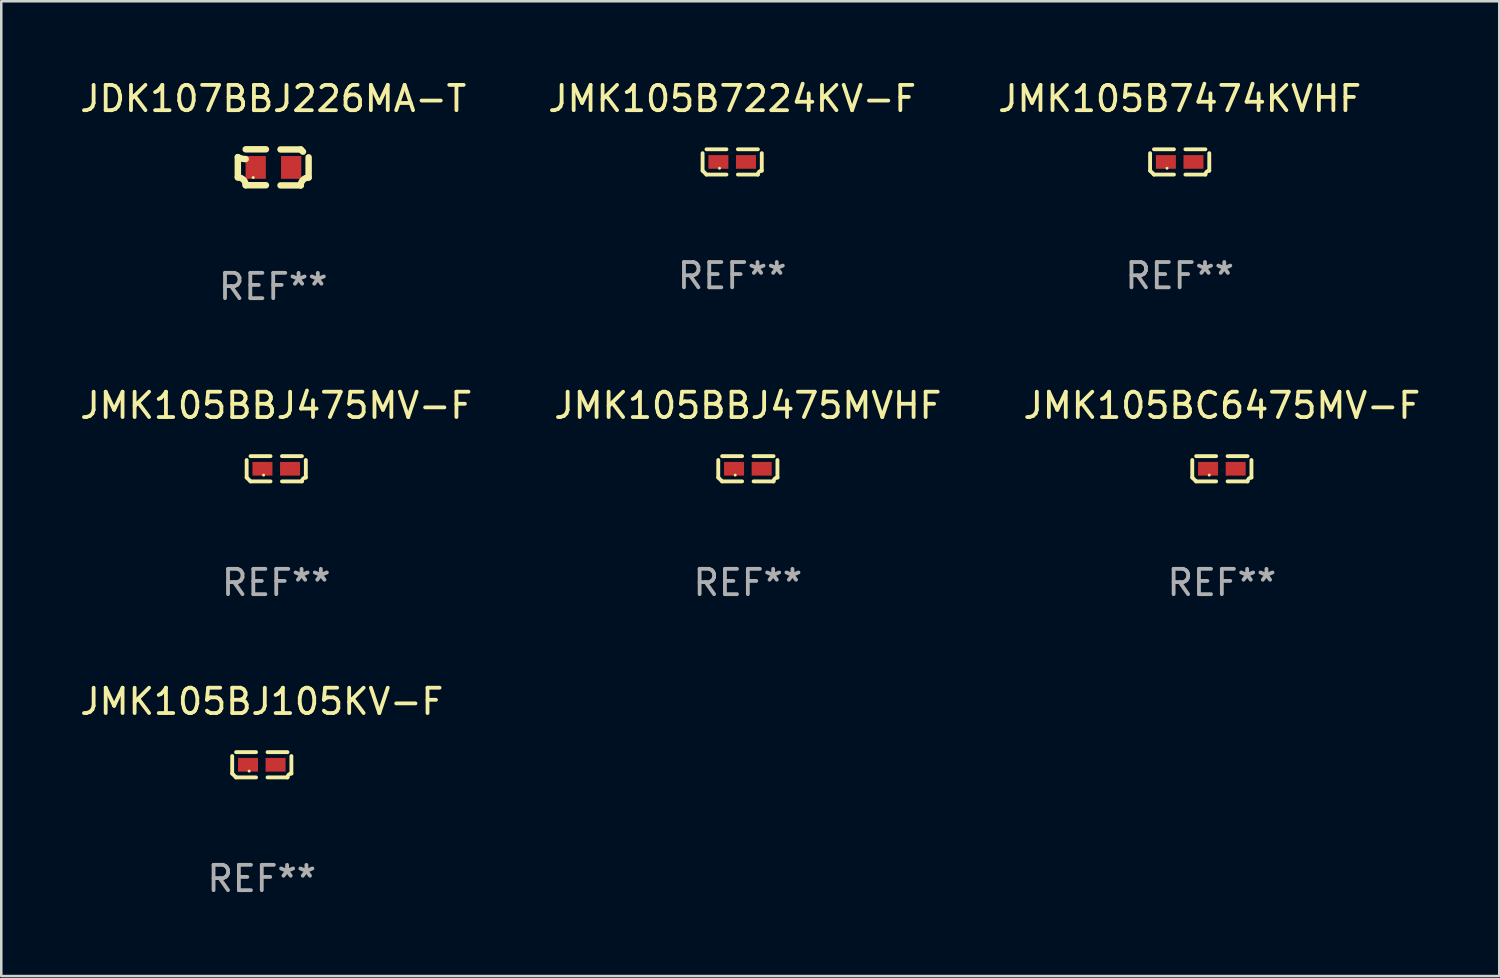
<source format=kicad_pcb>
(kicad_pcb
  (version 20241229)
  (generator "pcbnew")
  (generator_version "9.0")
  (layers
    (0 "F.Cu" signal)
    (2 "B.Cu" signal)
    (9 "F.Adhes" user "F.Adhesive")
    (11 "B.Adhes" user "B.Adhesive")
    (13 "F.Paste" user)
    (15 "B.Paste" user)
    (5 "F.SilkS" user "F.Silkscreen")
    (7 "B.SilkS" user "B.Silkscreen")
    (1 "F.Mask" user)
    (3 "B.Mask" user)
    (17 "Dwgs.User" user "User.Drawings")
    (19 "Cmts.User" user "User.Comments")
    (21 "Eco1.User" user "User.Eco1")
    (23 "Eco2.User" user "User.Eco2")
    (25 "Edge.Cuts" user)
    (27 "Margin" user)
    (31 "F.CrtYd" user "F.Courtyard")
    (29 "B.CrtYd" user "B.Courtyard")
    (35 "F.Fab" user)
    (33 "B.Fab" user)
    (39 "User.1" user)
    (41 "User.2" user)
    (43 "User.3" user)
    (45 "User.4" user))
  (footprint "JMK105BBJ475MV-F"
    (layer "F.Cu")
    (at 7.863 15.469)
    (property "Reference" "JMK105BBJ475MV-F" (at 0 -2.499 0) (layer "F.SilkS") (effects (font (size 1 1) (thickness 0.15))))
    (attr through_hole)
    (fp_line (start -1.169 0.346) (end -1.169 -0.346) (stroke (width 0.152) (type solid)) (layer "F.SilkS"))
    (fp_line (start -1.016 -0.499) (end -0.226 -0.499) (stroke (width 0.152) (type solid)) (layer "F.SilkS"))
    (fp_line (start -0.226 0.499) (end -1.016 0.499) (stroke (width 0.152) (type solid)) (layer "F.SilkS"))
    (fp_line (start 0.226 0.499) (end 1.016 0.499) (stroke (width 0.152) (type solid)) (layer "F.SilkS"))
    (fp_line (start 1.016 -0.499) (end 0.226 -0.499) (stroke (width 0.152) (type solid)) (layer "F.SilkS"))
    (fp_line (start 1.169 0.346) (end 1.169 -0.346) (stroke (width 0.152) (type solid)) (layer "F.SilkS"))
    (fp_arc (start -1.016307 0.498603) (mid -1.092512 0.422405) (end -1.16871 0.3462) (stroke (width 0.1524) (type solid)) (layer "F.SilkS"))
    (fp_arc (start 1.016307 0.498603) (mid 1.060899 0.390758) (end 1.168707 0.346076) (stroke (width 0.1524) (type solid)) (layer "F.SilkS"))
    (fp_circle (center -0.5 0.25) (end -0.47 0.25) (stroke (width 0.06) (type solid)) (fill no) (layer "F.SilkS"))
    (fp_text user "REF**" (at 0 4.499 0) (layer "F.Fab") (effects (font (size 1 1) (thickness 0.15))))
    (pad "1" smd rect (at -0.545 0) (size 0.79 0.54) (layers "F.Cu" "F.Mask" "F.Paste"))
    (pad "2" smd rect (at 0.545 0) (size 0.79 0.54) (layers "F.Cu" "F.Mask" "F.Paste")))
  (footprint "JMK105B7224KV-F"
    (layer "F.Cu")
    (at 25.875 3.347)
    (property "Reference" "JMK105B7224KV-F" (at 0 -2.499 0) (layer "F.SilkS") (effects (font (size 1 1) (thickness 0.15))))
    (attr through_hole)
    (fp_line (start -1.169 0.346) (end -1.169 -0.346) (stroke (width 0.152) (type solid)) (layer "F.SilkS"))
    (fp_line (start -1.016 -0.499) (end -0.226 -0.499) (stroke (width 0.152) (type solid)) (layer "F.SilkS"))
    (fp_line (start -0.226 0.499) (end -1.016 0.499) (stroke (width 0.152) (type solid)) (layer "F.SilkS"))
    (fp_line (start 0.226 0.499) (end 1.016 0.499) (stroke (width 0.152) (type solid)) (layer "F.SilkS"))
    (fp_line (start 1.016 -0.499) (end 0.226 -0.499) (stroke (width 0.152) (type solid)) (layer "F.SilkS"))
    (fp_line (start 1.169 0.346) (end 1.169 -0.346) (stroke (width 0.152) (type solid)) (layer "F.SilkS"))
    (fp_arc (start -1.016307 0.498603) (mid -1.092512 0.422405) (end -1.16871 0.3462) (stroke (width 0.1524) (type solid)) (layer "F.SilkS"))
    (fp_arc (start 1.016307 0.498603) (mid 1.060899 0.390758) (end 1.168707 0.346076) (stroke (width 0.1524) (type solid)) (layer "F.SilkS"))
    (fp_circle (center -0.5 0.25) (end -0.47 0.25) (stroke (width 0.06) (type solid)) (fill no) (layer "F.SilkS"))
    (fp_text user "REF**" (at 0 4.499 0) (layer "F.Fab") (effects (font (size 1 1) (thickness 0.15))))
    (pad "1" smd rect (at -0.545 0) (size 0.79 0.54) (layers "F.Cu" "F.Mask" "F.Paste"))
    (pad "2" smd rect (at 0.545 0) (size 0.79 0.54) (layers "F.Cu" "F.Mask" "F.Paste")))
  (footprint "JMK105BJ105KV-F"
    (layer "F.Cu")
    (at 7.292 27.163)
    (property "Reference" "JMK105BJ105KV-F" (at 0 -2.499 0) (layer "F.SilkS") (effects (font (size 1 1) (thickness 0.15))))
    (attr through_hole)
    (fp_line (start -1.169 0.346) (end -1.169 -0.346) (stroke (width 0.152) (type solid)) (layer "F.SilkS"))
    (fp_line (start -1.016 -0.499) (end -0.226 -0.499) (stroke (width 0.152) (type solid)) (layer "F.SilkS"))
    (fp_line (start -0.226 0.499) (end -1.016 0.499) (stroke (width 0.152) (type solid)) (layer "F.SilkS"))
    (fp_line (start 0.226 0.499) (end 1.016 0.499) (stroke (width 0.152) (type solid)) (layer "F.SilkS"))
    (fp_line (start 1.016 -0.499) (end 0.226 -0.499) (stroke (width 0.152) (type solid)) (layer "F.SilkS"))
    (fp_line (start 1.169 0.346) (end 1.169 -0.346) (stroke (width 0.152) (type solid)) (layer "F.SilkS"))
    (fp_arc (start -1.016307 0.498603) (mid -1.092512 0.422405) (end -1.16871 0.3462) (stroke (width 0.1524) (type solid)) (layer "F.SilkS"))
    (fp_arc (start 1.016307 0.498603) (mid 1.060899 0.390758) (end 1.168707 0.346076) (stroke (width 0.1524) (type solid)) (layer "F.SilkS"))
    (fp_circle (center -0.5 0.25) (end -0.47 0.25) (stroke (width 0.06) (type solid)) (fill no) (layer "F.SilkS"))
    (fp_text user "REF**" (at 0 4.499 0) (layer "F.Fab") (effects (font (size 1 1) (thickness 0.15))))
    (pad "1" smd rect (at -0.545 0) (size 0.79 0.54) (layers "F.Cu" "F.Mask" "F.Paste"))
    (pad "2" smd rect (at 0.545 0) (size 0.79 0.54) (layers "F.Cu" "F.Mask" "F.Paste")))
  (footprint "JMK105B7474KVHF"
    (layer "F.Cu")
    (at 43.554 3.347)
    (property "Reference" "JMK105B7474KVHF" (at 0 -2.499 0) (layer "F.SilkS") (effects (font (size 1 1) (thickness 0.15))))
    (attr through_hole)
    (fp_line (start -1.169 0.346) (end -1.169 -0.346) (stroke (width 0.152) (type solid)) (layer "F.SilkS"))
    (fp_line (start -1.016 -0.499) (end -0.226 -0.499) (stroke (width 0.152) (type solid)) (layer "F.SilkS"))
    (fp_line (start -0.226 0.499) (end -1.016 0.499) (stroke (width 0.152) (type solid)) (layer "F.SilkS"))
    (fp_line (start 0.226 0.499) (end 1.016 0.499) (stroke (width 0.152) (type solid)) (layer "F.SilkS"))
    (fp_line (start 1.016 -0.499) (end 0.226 -0.499) (stroke (width 0.152) (type solid)) (layer "F.SilkS"))
    (fp_line (start 1.169 0.346) (end 1.169 -0.346) (stroke (width 0.152) (type solid)) (layer "F.SilkS"))
    (fp_arc (start -1.016307 0.498603) (mid -1.092512 0.422405) (end -1.16871 0.3462) (stroke (width 0.1524) (type solid)) (layer "F.SilkS"))
    (fp_arc (start 1.016307 0.498603) (mid 1.060899 0.390758) (end 1.168707 0.346076) (stroke (width 0.1524) (type solid)) (layer "F.SilkS"))
    (fp_circle (center -0.5 0.25) (end -0.47 0.25) (stroke (width 0.06) (type solid)) (fill no) (layer "F.SilkS"))
    (fp_text user "REF**" (at 0 4.499 0) (layer "F.Fab") (effects (font (size 1 1) (thickness 0.15))))
    (pad "1" smd rect (at -0.545 0) (size 0.79 0.54) (layers "F.Cu" "F.Mask" "F.Paste"))
    (pad "2" smd rect (at 0.545 0) (size 0.79 0.54) (layers "F.Cu" "F.Mask" "F.Paste")))
  (footprint "JDK107BBJ226MA-T"
    (layer "F.Cu")
    (at 7.744 3.561)
    (property "Reference" "JDK107BBJ226MA-T" (at 0 -2.713 0) (layer "F.SilkS") (effects (font (size 1 1) (thickness 0.15))))
    (attr through_hole)
    (fp_line (start -1.398 -0.403) (end -1.398 0.397) (stroke (width 0.254) (type solid)) (layer "F.SilkS"))
    (fp_line (start -0.288 -0.713) (end -1.088 -0.713) (stroke (width 0.254) (type solid)) (layer "F.SilkS"))
    (fp_line (start -0.288 0.707) (end -1.088 0.707) (stroke (width 0.254) (type solid)) (layer "F.SilkS"))
    (fp_line (start 0.288 -0.707) (end 1.088 -0.707) (stroke (width 0.254) (type solid)) (layer "F.SilkS"))
    (fp_line (start 0.288 0.713) (end 1.088 0.713) (stroke (width 0.254) (type solid)) (layer "F.SilkS"))
    (fp_line (start 1.398 -0.397) (end 1.398 0.403) (stroke (width 0.254) (type solid)) (layer "F.SilkS"))
    (fp_arc (start -1.397789 0.397066) (mid -1.178701 0.487826) (end -1.08796 0.706922) (stroke (width 0.254001) (type solid)) (layer "F.SilkS"))
    (fp_arc (start -1.08796 -0.327176) (mid -1.247436 -0.346384) (end -1.39779 -0.402908) (stroke (width 0.254001) (type solid)) (layer "F.SilkS"))
    (fp_arc (start 1.087909 0.712738) (mid 1.178656 0.493655) (end 1.397739 0.402908) (stroke (width 0.254001) (type solid)) (layer "F.SilkS"))
    (fp_arc (start 1.175925 -0.618926) (mid 1.131917 -0.662923) (end 1.08791 -0.706922) (stroke (width 0.254001) (type solid)) (layer "F.SilkS"))
    (fp_circle (center -0.792 0.403) (end -0.762 0.403) (stroke (width 0.06) (type solid)) (fill no) (layer "F.SilkS"))
    (fp_text user "REF**" (at 0 4.713 0) (layer "F.Fab") (effects (font (size 1 1) (thickness 0.15))))
    (pad "1" smd rect (at -0.692 0.003) (size 0.8 0.9) (layers "F.Cu" "F.Mask" "F.Paste"))
    (pad "2" smd rect (at 0.708 0.003) (size 0.8 0.9) (layers "F.Cu" "F.Mask" "F.Paste")))
  (footprint "JMK105BC6475MV-F"
    (layer "F.Cu")
    (at 45.22 15.469)
    (property "Reference" "JMK105BC6475MV-F" (at 0 -2.499 0) (layer "F.SilkS") (effects (font (size 1 1) (thickness 0.15))))
    (attr through_hole)
    (fp_line (start -1.169 0.346) (end -1.169 -0.346) (stroke (width 0.152) (type solid)) (layer "F.SilkS"))
    (fp_line (start -1.016 -0.499) (end -0.226 -0.499) (stroke (width 0.152) (type solid)) (layer "F.SilkS"))
    (fp_line (start -0.226 0.499) (end -1.016 0.499) (stroke (width 0.152) (type solid)) (layer "F.SilkS"))
    (fp_line (start 0.226 0.499) (end 1.016 0.499) (stroke (width 0.152) (type solid)) (layer "F.SilkS"))
    (fp_line (start 1.016 -0.499) (end 0.226 -0.499) (stroke (width 0.152) (type solid)) (layer "F.SilkS"))
    (fp_line (start 1.169 0.346) (end 1.169 -0.346) (stroke (width 0.152) (type solid)) (layer "F.SilkS"))
    (fp_arc (start -1.016307 0.498603) (mid -1.092512 0.422405) (end -1.16871 0.3462) (stroke (width 0.1524) (type solid)) (layer "F.SilkS"))
    (fp_arc (start 1.016307 0.498603) (mid 1.060899 0.390758) (end 1.168707 0.346076) (stroke (width 0.1524) (type solid)) (layer "F.SilkS"))
    (fp_circle (center -0.5 0.25) (end -0.47 0.25) (stroke (width 0.06) (type solid)) (fill no) (layer "F.SilkS"))
    (fp_text user "REF**" (at 0 4.499 0) (layer "F.Fab") (effects (font (size 1 1) (thickness 0.15))))
    (pad "1" smd rect (at -0.545 0) (size 0.79 0.54) (layers "F.Cu" "F.Mask" "F.Paste"))
    (pad "2" smd rect (at 0.545 0) (size 0.79 0.54) (layers "F.Cu" "F.Mask" "F.Paste")))
  (footprint "JMK105BBJ475MVHF"
    (layer "F.Cu")
    (at 26.494 15.469)
    (property "Reference" "JMK105BBJ475MVHF" (at 0 -2.499 0) (layer "F.SilkS") (effects (font (size 1 1) (thickness 0.15))))
    (attr through_hole)
    (fp_line (start -1.169 0.346) (end -1.169 -0.346) (stroke (width 0.152) (type solid)) (layer "F.SilkS"))
    (fp_line (start -1.016 -0.499) (end -0.226 -0.499) (stroke (width 0.152) (type solid)) (layer "F.SilkS"))
    (fp_line (start -0.226 0.499) (end -1.016 0.499) (stroke (width 0.152) (type solid)) (layer "F.SilkS"))
    (fp_line (start 0.226 0.499) (end 1.016 0.499) (stroke (width 0.152) (type solid)) (layer "F.SilkS"))
    (fp_line (start 1.016 -0.499) (end 0.226 -0.499) (stroke (width 0.152) (type solid)) (layer "F.SilkS"))
    (fp_line (start 1.169 0.346) (end 1.169 -0.346) (stroke (width 0.152) (type solid)) (layer "F.SilkS"))
    (fp_arc (start -1.016307 0.498603) (mid -1.092512 0.422405) (end -1.16871 0.3462) (stroke (width 0.1524) (type solid)) (layer "F.SilkS"))
    (fp_arc (start 1.016307 0.498603) (mid 1.060899 0.390758) (end 1.168707 0.346076) (stroke (width 0.1524) (type solid)) (layer "F.SilkS"))
    (fp_circle (center -0.5 0.25) (end -0.47 0.25) (stroke (width 0.06) (type solid)) (fill no) (layer "F.SilkS"))
    (fp_text user "REF**" (at 0 4.499 0) (layer "F.Fab") (effects (font (size 1 1) (thickness 0.15))))
    (pad "1" smd rect (at -0.545 0) (size 0.79 0.54) (layers "F.Cu" "F.Mask" "F.Paste"))
    (pad "2" smd rect (at 0.545 0) (size 0.79 0.54) (layers "F.Cu" "F.Mask" "F.Paste")))
  (gr_rect
    (start -3 -3)
    (end 56.179 35.509)
    (stroke (width 0.1) (type default))
    (fill no)
    (layer "Edge.Cuts")))
</source>
